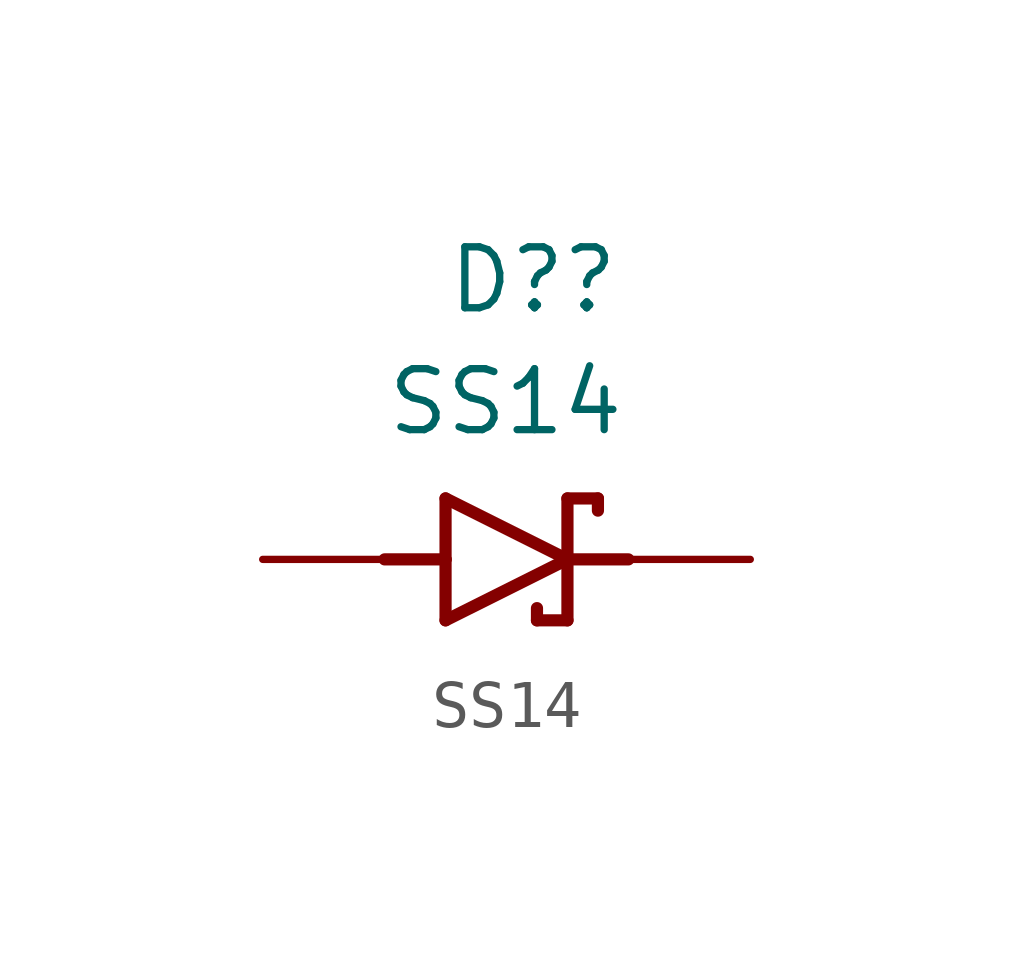
<source format=kicad_sym>
(kicad_symbol_lib
  (version 20211014)
  (generator kicad_symbol_editor)
  (symbol "SS14"
    (pin_numbers hide)
    (pin_names
      (offset 1.016) hide)
    (property "Reference" "D?"
      (at -1.27 5.08 0)
      (effects (font (size 1.27 1.27)) (justify left bottom)))
    (property "Value" "SS14"
      (at -2.54 2.54 0)
      (effects (font (size 1.27 1.27)) (justify left bottom)))
    (symbol "SS14_0_0"
      (polyline (pts (xy -2.54 0) (xy -1.27 0)) (stroke (width 0.254) (type default) (color 0 0 0 0)) (fill (type none)))
      (polyline (pts (xy -1.27 -1.27) (xy 1.27 0)) (stroke (width 0.254) (type default) (color 0 0 0 0)) (fill (type none)))
      (polyline (pts (xy -1.27 0) (xy -1.27 -1.27)) (stroke (width 0.254) (type default) (color 0 0 0 0)) (fill (type none)))
      (polyline (pts (xy -1.27 1.27) (xy -1.27 0)) (stroke (width 0.254) (type default) (color 0 0 0 0)) (fill (type none)))
      (polyline (pts (xy 0.635 -1.016) (xy 0.635 -1.27)) (stroke (width 0.254) (type default) (color 0 0 0 0)) (fill (type none)))
      (polyline (pts (xy 1.27 -1.27) (xy 0.635 -1.27)) (stroke (width 0.254) (type default) (color 0 0 0 0)) (fill (type none)))
      (polyline (pts (xy 1.27 0) (xy -1.27 1.27)) (stroke (width 0.254) (type default) (color 0 0 0 0)) (fill (type none)))
      (polyline (pts (xy 1.27 0) (xy 1.27 -1.27)) (stroke (width 0.254) (type default) (color 0 0 0 0)) (fill (type none)))
      (polyline (pts (xy 1.27 1.27) (xy 1.27 0)) (stroke (width 0.254) (type default) (color 0 0 0 0)) (fill (type none)))
      (polyline (pts (xy 1.905 1.27) (xy 1.27 1.27)) (stroke (width 0.254) (type default) (color 0 0 0 0)) (fill (type none)))
      (polyline (pts (xy 1.905 1.27) (xy 1.905 1.016)) (stroke (width 0.254) (type default) (color 0 0 0 0)) (fill (type none)))
      (polyline (pts (xy 2.54 0) (xy 1.27 0)) (stroke (width 0.254) (type default) (color 0 0 0 0)) (fill (type none)))
      (pin passive line (at -5.08 0 0) (length 2.54) (name "~" (effects (font (size 1.016 1.016)))) (number "A" (effects (font (size 1.016 1.016)))))
      (pin passive line (at 5.08 0 180) (length 2.54) (name "~" (effects (font (size 1.016 1.016)))) (number "C" (effects (font (size 1.016 1.016))))))))
</source>
